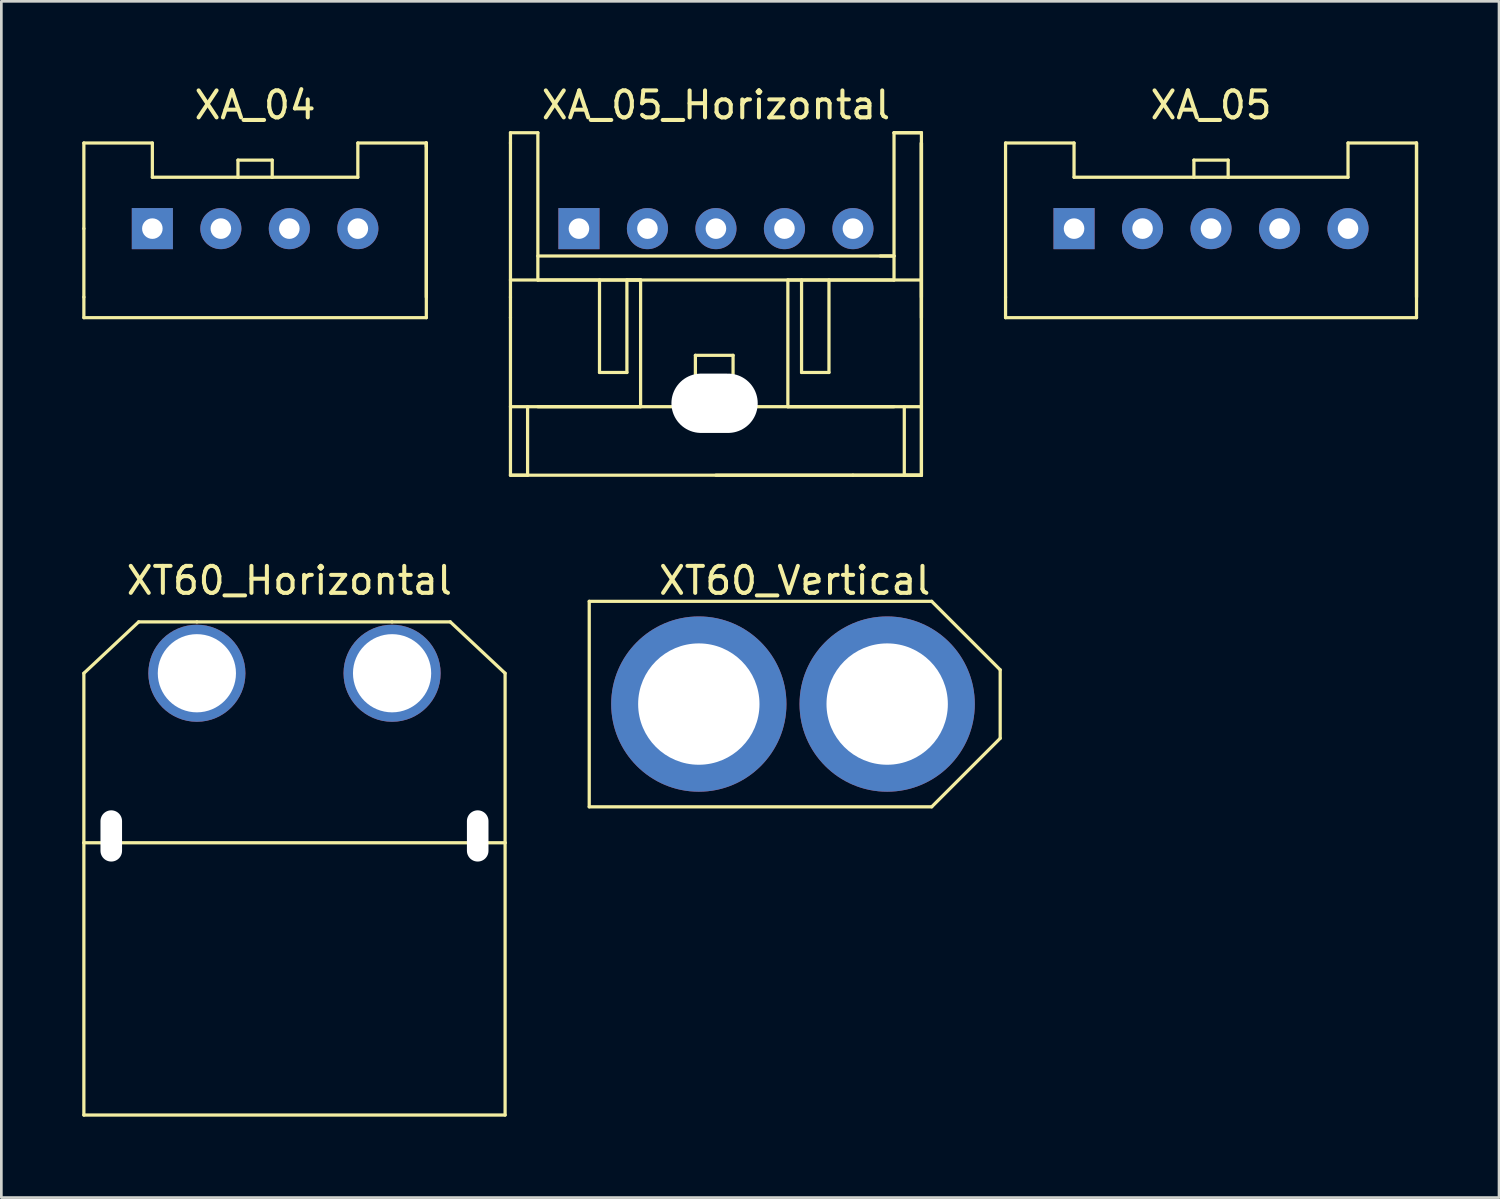
<source format=kicad_pcb>
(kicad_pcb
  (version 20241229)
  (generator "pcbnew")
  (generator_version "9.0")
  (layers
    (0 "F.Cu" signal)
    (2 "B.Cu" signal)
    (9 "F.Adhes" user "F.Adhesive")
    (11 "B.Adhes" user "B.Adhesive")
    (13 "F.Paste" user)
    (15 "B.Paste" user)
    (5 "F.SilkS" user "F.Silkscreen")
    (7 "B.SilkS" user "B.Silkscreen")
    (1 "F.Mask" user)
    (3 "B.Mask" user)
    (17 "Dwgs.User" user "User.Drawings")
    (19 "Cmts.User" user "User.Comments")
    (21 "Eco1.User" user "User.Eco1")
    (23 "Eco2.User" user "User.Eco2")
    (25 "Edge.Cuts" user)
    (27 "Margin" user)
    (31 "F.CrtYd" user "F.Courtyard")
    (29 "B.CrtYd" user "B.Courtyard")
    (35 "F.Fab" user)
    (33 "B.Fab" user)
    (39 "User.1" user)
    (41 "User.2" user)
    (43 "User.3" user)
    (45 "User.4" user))
  (footprint "XA_04"
    (layer "F.Cu")
    (at 6.41 0.348)
    (property "Reference" "XA_04" (at 0 0.5 0) (layer "F.SilkS") (effects (font (size 1 1) (thickness 0.15))))
    (attr through_hole)
    (fp_line (start -6.35 1.905) (end -3.81 1.905) (stroke (width 0.12) (type solid)) (layer "F.SilkS"))
    (fp_line (start -6.35 5.08) (end -6.35 1.905) (stroke (width 0.12) (type solid)) (layer "F.SilkS"))
    (fp_line (start -6.35 7.62) (end -6.35 5.08) (stroke (width 0.12) (type solid)) (layer "F.SilkS"))
    (fp_line (start -6.35 8.382) (end -6.35 7.62) (stroke (width 0.12) (type solid)) (layer "F.SilkS"))
    (fp_line (start -3.81 1.905) (end -3.81 3.175) (stroke (width 0.12) (type solid)) (layer "F.SilkS"))
    (fp_line (start -3.81 3.175) (end -0.635 3.175) (stroke (width 0.12) (type solid)) (layer "F.SilkS"))
    (fp_line (start -0.635 2.54) (end 0.635 2.54) (stroke (width 0.12) (type solid)) (layer "F.SilkS"))
    (fp_line (start -0.635 3.175) (end -0.635 2.54) (stroke (width 0.12) (type solid)) (layer "F.SilkS"))
    (fp_line (start -0.635 3.175) (end 0.635 3.175) (stroke (width 0.12) (type solid)) (layer "F.SilkS"))
    (fp_line (start 0.635 2.54) (end 0.635 3.175) (stroke (width 0.12) (type solid)) (layer "F.SilkS"))
    (fp_line (start 0.635 3.175) (end 3.81 3.175) (stroke (width 0.12) (type solid)) (layer "F.SilkS"))
    (fp_line (start 3.81 1.905) (end 6.35 1.905) (stroke (width 0.12) (type solid)) (layer "F.SilkS"))
    (fp_line (start 3.81 3.175) (end 3.81 1.905) (stroke (width 0.12) (type solid)) (layer "F.SilkS"))
    (fp_line (start 6.35 1.905) (end 6.35 7.62) (stroke (width 0.12) (type solid)) (layer "F.SilkS"))
    (fp_line (start 6.35 1.905) (end 6.35 8.382) (stroke (width 0.12) (type solid)) (layer "F.SilkS"))
    (fp_line (start 6.35 2.032) (end 6.35 1.905) (stroke (width 0.12) (type solid)) (layer "F.SilkS"))
    (fp_line (start 6.35 8.382) (end -6.35 8.382) (stroke (width 0.12) (type solid)) (layer "F.SilkS"))
    (pad "1" thru_hole rect (at -3.81 5.08) (size 1.524 1.524) (drill 0.762) (layers "*.Cu" "*.Mask"))
    (pad "2" thru_hole circle (at -1.27 5.08) (size 1.524 1.524) (drill 0.762) (layers "*.Cu" "*.Mask"))
    (pad "3" thru_hole circle (at 1.27 5.08) (size 1.524 1.524) (drill 0.762) (layers "*.Cu" "*.Mask"))
    (pad "4" thru_hole circle (at 3.81 5.08) (size 1.524 1.524) (drill 0.762) (layers "*.Cu" "*.Mask")))
  (footprint "XT60_Vertical"
    (layer "F.Cu")
    (at 26.421 17.98)
    (property "Reference" "XT60_Vertical" (at 0 0.5 0) (layer "F.SilkS") (effects (font (size 1 1) (thickness 0.15))))
    (attr through_hole)
    (fp_line (start -7.62 8.89) (end -7.62 1.27) (stroke (width 0.12) (type solid)) (layer "F.SilkS"))
    (fp_line (start 5.08 1.27) (end -7.62 1.27) (stroke (width 0.12) (type solid)) (layer "F.SilkS"))
    (fp_line (start 5.08 1.27) (end 7.62 3.81) (stroke (width 0.12) (type solid)) (layer "F.SilkS"))
    (fp_line (start 5.08 8.89) (end -7.62 8.89) (stroke (width 0.12) (type solid)) (layer "F.SilkS"))
    (fp_line (start 7.62 3.81) (end 7.62 6.35) (stroke (width 0.12) (type solid)) (layer "F.SilkS"))
    (fp_line (start 7.62 6.35) (end 5.08 8.89) (stroke (width 0.12) (type solid)) (layer "F.SilkS"))
    (pad "1" thru_hole circle (at 3.429 5.08) (size 6.5 6.5) (drill 4.5) (layers "*.Cu" "*.Mask"))
    (pad "2" thru_hole circle (at -3.556 5.08) (size 6.5 6.5) (drill 4.5) (layers "*.Cu" "*.Mask")))
  (footprint "XA_05"
    (layer "F.Cu")
    (at 41.86 0.348)
    (property "Reference" "XA_05" (at 0 0.5 0) (layer "F.SilkS") (effects (font (size 1 1) (thickness 0.15))))
    (attr through_hole)
    (fp_line (start -7.62 1.905) (end -7.62 7.62) (stroke (width 0.12) (type solid)) (layer "F.SilkS"))
    (fp_line (start -7.62 1.905) (end -5.08 1.905) (stroke (width 0.12) (type solid)) (layer "F.SilkS"))
    (fp_line (start -7.62 8.382) (end -7.62 7.62) (stroke (width 0.12) (type solid)) (layer "F.SilkS"))
    (fp_line (start -5.08 1.905) (end -5.08 3.175) (stroke (width 0.12) (type solid)) (layer "F.SilkS"))
    (fp_line (start -5.08 3.175) (end -0.635 3.175) (stroke (width 0.12) (type solid)) (layer "F.SilkS"))
    (fp_line (start -0.635 2.54) (end 0.635 2.54) (stroke (width 0.12) (type solid)) (layer "F.SilkS"))
    (fp_line (start -0.635 3.175) (end -0.635 2.54) (stroke (width 0.12) (type solid)) (layer "F.SilkS"))
    (fp_line (start -0.635 3.175) (end 0.635 3.175) (stroke (width 0.12) (type solid)) (layer "F.SilkS"))
    (fp_line (start 0.635 2.54) (end 0.635 3.175) (stroke (width 0.12) (type solid)) (layer "F.SilkS"))
    (fp_line (start 0.635 3.175) (end 5.08 3.175) (stroke (width 0.12) (type solid)) (layer "F.SilkS"))
    (fp_line (start 5.08 3.175) (end 5.08 1.905) (stroke (width 0.12) (type solid)) (layer "F.SilkS"))
    (fp_line (start 7.62 1.905) (end 5.08 1.905) (stroke (width 0.12) (type solid)) (layer "F.SilkS"))
    (fp_line (start 7.62 1.905) (end 7.62 8.382) (stroke (width 0.12) (type solid)) (layer "F.SilkS"))
    (fp_line (start 7.62 7.62) (end 7.62 1.905) (stroke (width 0.12) (type solid)) (layer "F.SilkS"))
    (fp_line (start 7.62 8.382) (end -7.62 8.382) (stroke (width 0.12) (type solid)) (layer "F.SilkS"))
    (pad "1" thru_hole rect (at -5.08 5.08) (size 1.524 1.524) (drill 0.762) (layers "*.Cu" "*.Mask"))
    (pad "2" thru_hole circle (at -2.54 5.08) (size 1.524 1.524) (drill 0.762) (layers "*.Cu" "*.Mask"))
    (pad "3" thru_hole circle (at 0 5.08) (size 1.524 1.524) (drill 0.762) (layers "*.Cu" "*.Mask"))
    (pad "4" thru_hole circle (at 2.54 5.08) (size 1.524 1.524) (drill 0.762) (layers "*.Cu" "*.Mask"))
    (pad "5" thru_hole circle (at 5.08 5.08) (size 1.524 1.524) (drill 0.762) (layers "*.Cu" "*.Mask")))
  (footprint "XA_05_Horizontal"
    (layer "F.Cu")
    (at 23.5 0.348)
    (property "Reference" "XA_05_Horizontal" (at 0 0.5 0) (layer "F.SilkS") (effects (font (size 1 1) (thickness 0.15))))
    (attr through_hole)
    (fp_line (start -7.62 1.524) (end -7.62 1.905) (stroke (width 0.12) (type solid)) (layer "F.SilkS"))
    (fp_line (start -7.62 1.524) (end -6.604 1.524) (stroke (width 0.12) (type solid)) (layer "F.SilkS"))
    (fp_line (start -7.62 1.905) (end -7.62 7.62) (stroke (width 0.12) (type solid)) (layer "F.SilkS"))
    (fp_line (start -7.62 8.382) (end -7.62 7.62) (stroke (width 0.12) (type solid)) (layer "F.SilkS"))
    (fp_line (start -7.62 11.684) (end -2.794 11.684) (stroke (width 0.12) (type solid)) (layer "F.SilkS"))
    (fp_line (start -7.62 14.224) (end -7.62 8.382) (stroke (width 0.12) (type solid)) (layer "F.SilkS"))
    (fp_line (start -7.62 14.224) (end -6.985 14.224) (stroke (width 0.12) (type solid)) (layer "F.SilkS"))
    (fp_line (start -6.985 14.224) (end -6.985 11.684) (stroke (width 0.12) (type solid)) (layer "F.SilkS"))
    (fp_line (start -6.604 1.524) (end -6.604 6.985) (stroke (width 0.12) (type solid)) (layer "F.SilkS"))
    (fp_line (start -4.318 10.414) (end -4.318 6.985) (stroke (width 0.12) (type solid)) (layer "F.SilkS"))
    (fp_line (start -3.302 6.985) (end -3.302 10.414) (stroke (width 0.12) (type solid)) (layer "F.SilkS"))
    (fp_line (start -3.302 10.414) (end -4.318 10.414) (stroke (width 0.12) (type solid)) (layer "F.SilkS"))
    (fp_line (start -2.794 6.985) (end -7.62 6.985) (stroke (width 0.12) (type solid)) (layer "F.SilkS"))
    (fp_line (start -2.794 6.985) (end -3.302 6.985) (stroke (width 0.12) (type solid)) (layer "F.SilkS"))
    (fp_line (start -2.794 11.684) (end -2.794 6.985) (stroke (width 0.12) (type solid)) (layer "F.SilkS"))
    (fp_line (start -0.762 9.779) (end -0.762 10.922) (stroke (width 0.12) (type solid)) (layer "F.SilkS"))
    (fp_line (start -0.762 10.922) (end 0.635 10.922) (stroke (width 0.12) (type solid)) (layer "F.SilkS"))
    (fp_line (start 0.635 9.779) (end -0.762 9.779) (stroke (width 0.12) (type solid)) (layer "F.SilkS"))
    (fp_line (start 0.635 10.922) (end 0.635 9.779) (stroke (width 0.12) (type solid)) (layer "F.SilkS"))
    (fp_line (start 2.667 6.985) (end 7.62 6.985) (stroke (width 0.12) (type solid)) (layer "F.SilkS"))
    (fp_line (start 2.667 11.684) (end 2.667 6.985) (stroke (width 0.12) (type solid)) (layer "F.SilkS"))
    (fp_line (start 3.175 10.414) (end 3.175 6.985) (stroke (width 0.12) (type solid)) (layer "F.SilkS"))
    (fp_line (start 4.191 6.985) (end 4.191 10.414) (stroke (width 0.12) (type solid)) (layer "F.SilkS"))
    (fp_line (start 4.191 10.414) (end 3.175 10.414) (stroke (width 0.12) (type solid)) (layer "F.SilkS"))
    (fp_line (start 5.08 14.224) (end -7.62 14.224) (stroke (width 0.12) (type solid)) (layer "F.SilkS"))
    (fp_line (start 5.08 14.224) (end 7.62 14.224) (stroke (width 0.12) (type solid)) (layer "F.SilkS"))
    (fp_line (start 6.096 6.096) (end 6.604 6.096) (stroke (width 0.12) (type solid)) (layer "F.SilkS"))
    (fp_line (start 6.604 1.524) (end 6.604 6.985) (stroke (width 0.12) (type solid)) (layer "F.SilkS"))
    (fp_line (start 6.604 6.096) (end -6.604 6.096) (stroke (width 0.12) (type solid)) (layer "F.SilkS"))
    (fp_line (start 6.604 6.985) (end -6.604 6.985) (stroke (width 0.12) (type solid)) (layer "F.SilkS"))
    (fp_line (start 6.604 11.684) (end -6.604 11.684) (stroke (width 0.12) (type solid)) (layer "F.SilkS"))
    (fp_line (start 6.985 14.224) (end 6.985 11.684) (stroke (width 0.12) (type solid)) (layer "F.SilkS"))
    (fp_line (start 7.62 1.524) (end 6.604 1.524) (stroke (width 0.12) (type solid)) (layer "F.SilkS"))
    (fp_line (start 7.62 1.524) (end 6.604 1.524) (stroke (width 0.12) (type solid)) (layer "F.SilkS"))
    (fp_line (start 7.62 1.905) (end 7.62 8.382) (stroke (width 0.12) (type solid)) (layer "F.SilkS"))
    (fp_line (start 7.62 7.62) (end 7.62 1.905) (stroke (width 0.12) (type solid)) (layer "F.SilkS"))
    (fp_line (start 7.62 11.684) (end 2.667 11.684) (stroke (width 0.12) (type solid)) (layer "F.SilkS"))
    (fp_line (start 7.62 14.224) (end 0 14.224) (stroke (width 0.12) (type solid)) (layer "F.SilkS"))
    (fp_line (start 7.62 14.224) (end 6.985 14.224) (stroke (width 0.12) (type solid)) (layer "F.SilkS"))
    (fp_line (start 7.62 14.224) (end 7.62 1.524) (stroke (width 0.12) (type solid)) (layer "F.SilkS"))
    (fp_line (start 7.62 14.224) (end 7.62 1.905) (stroke (width 0.12) (type solid)) (layer "F.SilkS"))
    (pad "" np_thru_hole oval (at -0.051 11.557) (size 3.2 2.2) (drill oval 3.2 2.2) (layers "*.Cu" "*.Mask"))
    (pad "1" thru_hole rect (at -5.08 5.08) (size 1.524 1.524) (drill 0.762) (layers "*.Cu" "*.Mask"))
    (pad "2" thru_hole circle (at -2.54 5.08) (size 1.524 1.524) (drill 0.762) (layers "*.Cu" "*.Mask"))
    (pad "3" thru_hole circle (at 0 5.08) (size 1.524 1.524) (drill 0.762) (layers "*.Cu" "*.Mask"))
    (pad "4" thru_hole circle (at 2.54 5.08) (size 1.524 1.524) (drill 0.762) (layers "*.Cu" "*.Mask"))
    (pad "5" thru_hole circle (at 5.08 5.08) (size 1.524 1.524) (drill 0.762) (layers "*.Cu" "*.Mask")))
  (footprint "XT60_Horizontal"
    (layer "F.Cu")
    (at 7.68 17.98)
    (property "Reference" "XT60_Horizontal" (at 0 0.5 0) (layer "F.SilkS") (effects (font (size 1 1) (thickness 0.15))))
    (attr through_hole)
    (fp_line (start -7.62 3.937) (end -5.588 2.032) (stroke (width 0.12) (type solid)) (layer "F.SilkS"))
    (fp_line (start -7.62 10.223) (end -7.62 3.937) (stroke (width 0.12) (type solid)) (layer "F.SilkS"))
    (fp_line (start -7.62 20.32) (end -7.62 10.223) (stroke (width 0.12) (type solid)) (layer "F.SilkS"))
    (fp_line (start -3.429 2.032) (end -5.588 2.032) (stroke (width 0.12) (type solid)) (layer "F.SilkS"))
    (fp_line (start 3.81 2.032) (end -3.429 2.032) (stroke (width 0.12) (type solid)) (layer "F.SilkS"))
    (fp_line (start 3.81 2.032) (end 5.969 2.032) (stroke (width 0.12) (type solid)) (layer "F.SilkS"))
    (fp_line (start 8.001 3.937) (end 5.969 2.032) (stroke (width 0.12) (type solid)) (layer "F.SilkS"))
    (fp_line (start 8.001 10.223) (end -7.62 10.223) (stroke (width 0.12) (type solid)) (layer "F.SilkS"))
    (fp_line (start 8.001 10.223) (end 8.001 3.937) (stroke (width 0.12) (type solid)) (layer "F.SilkS"))
    (fp_line (start 8.001 10.223) (end 8.001 20.32) (stroke (width 0.12) (type solid)) (layer "F.SilkS"))
    (fp_line (start 8.001 20.32) (end -7.62 20.32) (stroke (width 0.12) (type solid)) (layer "F.SilkS"))
    (pad "" np_thru_hole oval (at -6.604 9.97) (size 0.8 1.9) (drill oval 0.8 1.9) (layers "*.Cu" "*.Mask"))
    (pad "" np_thru_hole oval (at 6.985 9.97) (size 0.8 1.9) (drill oval 0.8 1.9) (layers "*.Cu" "*.Mask"))
    (pad "1" thru_hole circle (at -3.429 3.937) (size 3.6 3.6) (drill 2.9) (layers "*.Cu" "*.Mask"))
    (pad "2" thru_hole circle (at 3.81 3.937) (size 3.6 3.6) (drill 2.9) (layers "*.Cu" "*.Mask")))
  (gr_rect
    (start -3 -3)
    (end 52.54 41.361)
    (stroke (width 0.1) (type default))
    (fill no)
    (layer "Edge.Cuts")))
</source>
